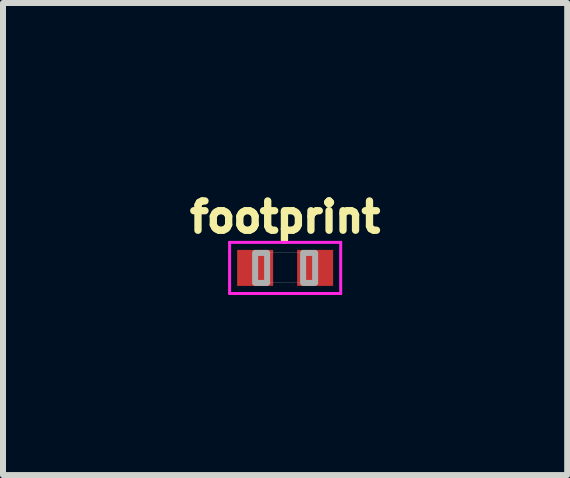
<source format=kicad_pcb>
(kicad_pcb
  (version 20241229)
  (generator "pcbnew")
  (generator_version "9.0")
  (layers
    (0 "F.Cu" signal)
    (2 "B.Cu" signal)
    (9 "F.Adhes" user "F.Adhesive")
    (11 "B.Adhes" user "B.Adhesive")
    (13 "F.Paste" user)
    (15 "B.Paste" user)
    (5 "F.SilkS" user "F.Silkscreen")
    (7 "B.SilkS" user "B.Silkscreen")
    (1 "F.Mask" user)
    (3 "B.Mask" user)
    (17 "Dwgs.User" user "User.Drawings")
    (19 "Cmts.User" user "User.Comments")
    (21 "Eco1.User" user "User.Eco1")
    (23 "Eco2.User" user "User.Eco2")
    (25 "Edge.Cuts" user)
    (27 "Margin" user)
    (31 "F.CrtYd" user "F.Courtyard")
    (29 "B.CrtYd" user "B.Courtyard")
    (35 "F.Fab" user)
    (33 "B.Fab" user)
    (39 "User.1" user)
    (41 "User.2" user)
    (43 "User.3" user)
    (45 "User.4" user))
  (footprint "footprint"
    (layer "F.Cu")
    (at 1.702 1.415)
    (property "Reference" "footprint" (at 0 -0.562 0) (layer "F.SilkS") (effects (font (size 0.488 0.488) (thickness 0.122)) (justify bottom)))
    (fp_line (start -0.926 -0.426) (end -0.926 0.426) (stroke (width 0.05) (type solid)) (layer "F.CrtYd"))
    (fp_line (start -0.926 0.426) (end 0.926 0.426) (stroke (width 0.05) (type solid)) (layer "F.CrtYd"))
    (fp_line (start 0.926 -0.426) (end -0.926 -0.426) (stroke (width 0.05) (type solid)) (layer "F.CrtYd"))
    (fp_line (start 0.926 0.426) (end 0.926 -0.426) (stroke (width 0.05) (type solid)) (layer "F.CrtYd"))
    (fp_line (start -0.5 -0.25) (end 0.5 -0.25) (stroke (width 0.003) (type solid)) (layer "F.Fab"))
    (fp_line (start -0.5 0.25) (end -0.5 -0.25) (stroke (width 0.003) (type solid)) (layer "F.Fab"))
    (fp_line (start 0.5 -0.25) (end 0.5 0.25) (stroke (width 0.003) (type solid)) (layer "F.Fab"))
    (fp_line (start 0.5 0.25) (end -0.5 0.25) (stroke (width 0.003) (type solid)) (layer "F.Fab"))
    (fp_poly (pts (xy -0.5 0.25) (xy -0.3 0.25) (xy -0.3 -0.25) (xy -0.5 -0.25)) (stroke (width 0.1) (type solid)) (fill no) (layer "F.Fab"))
    (fp_poly (pts (xy 0.5 -0.25) (xy 0.3 -0.25) (xy 0.3 0.25) (xy 0.5 0.25)) (stroke (width 0.1) (type solid)) (fill no) (layer "F.Fab"))
    (pad "1" smd rect (at -0.5 0) (size 0.6 0.6) (layers "F.Cu" "F.Mask" "F.Paste"))
    (pad "2" smd rect (at 0.5 0) (size 0.6 0.6) (layers "F.Cu" "F.Mask" "F.Paste")))
  (gr_rect
    (start -3 -3)
    (end 6.403 4.867)
    (stroke (width 0.1) (type default))
    (fill no)
    (layer "Edge.Cuts")))
</source>
